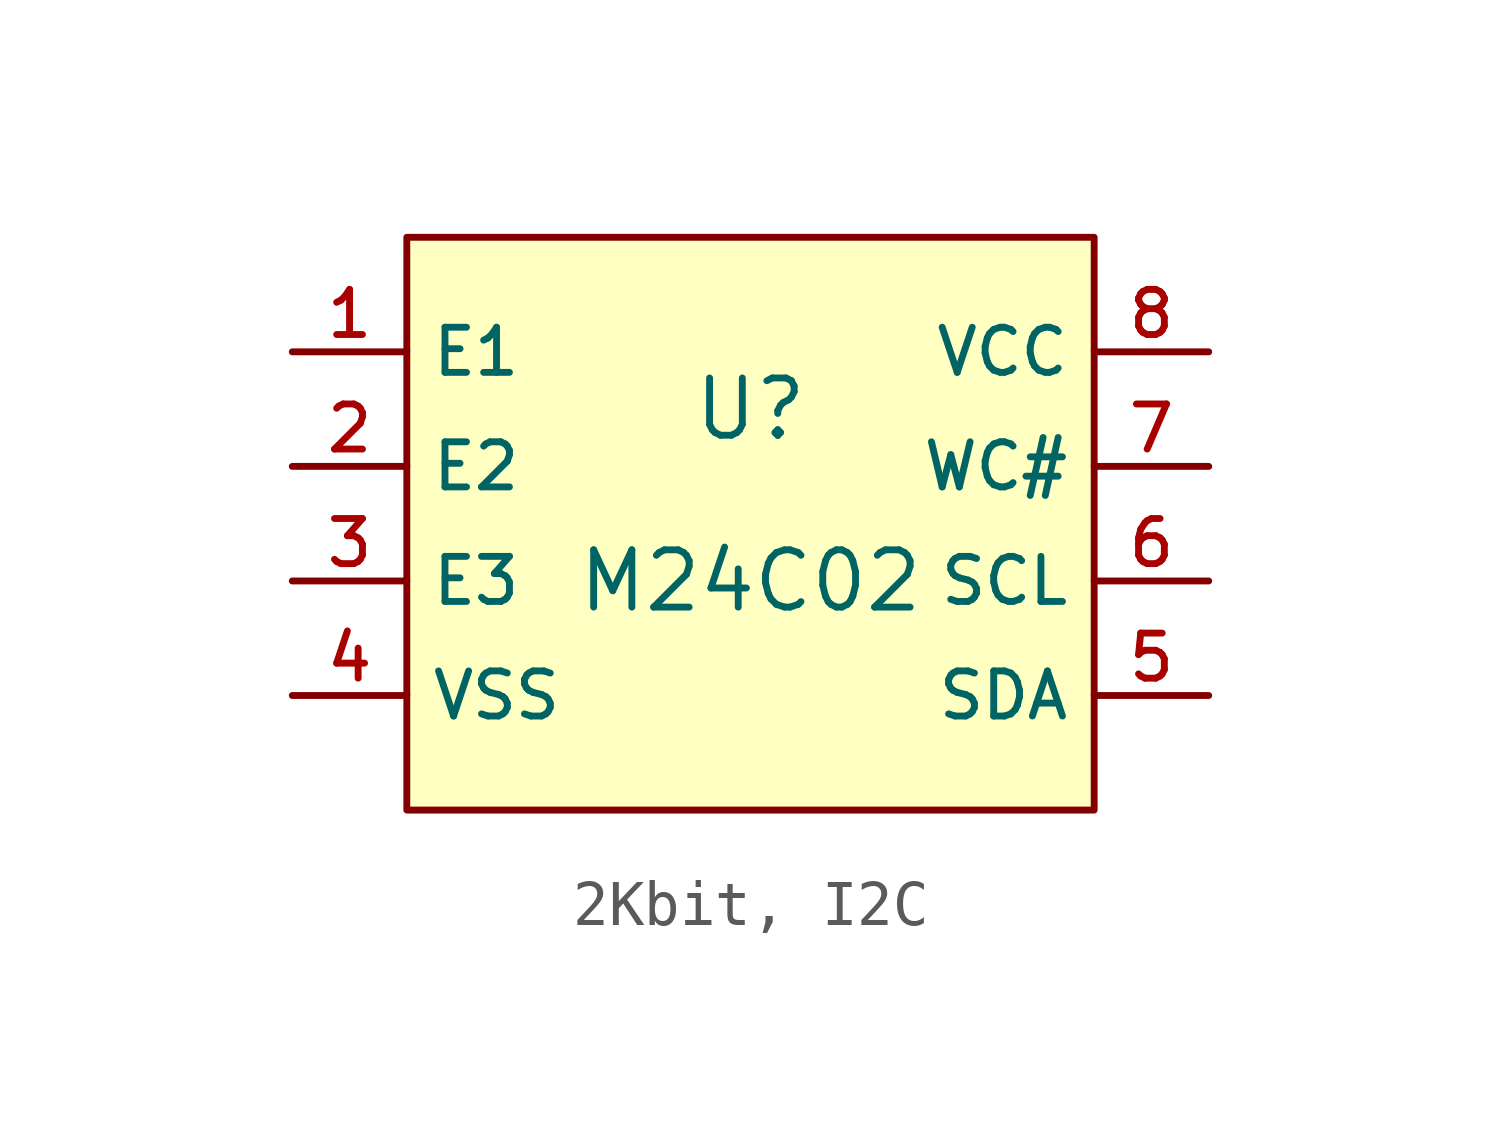
<source format=kicad_sym>
(kicad_symbol_lib
  (version 20231120)
  (generator "CDFER_Archive_Tool")
  (generator_version "0.0")
  (symbol "2Kbit, I2C"
    (property "Reference" "U"
      (at 0 1.27 0)
      (effects (font (size 1.27 1.27))))
    (property "Value" "M24C02"
      (at 0 -2.54 0)
      (effects (font (size 1.27 1.27))))
    (symbol "2Kbit, I2C_0_1"
      (rectangle (start -7.62 5.08) (end 7.62 -7.62) (stroke (width 0) (type default)) (fill (type background)))
      (pin unspecified line (at -10.16 2.54 0) (length 2.54) (name "E1" (effects (font (size 1 1)))) (number "1" (effects (font (size 1 1)))))
      (pin unspecified line (at -10.16 0 0) (length 2.54) (name "E2" (effects (font (size 1 1)))) (number "2" (effects (font (size 1 1)))))
      (pin unspecified line (at -10.16 -2.54 0) (length 2.54) (name "E3" (effects (font (size 1 1)))) (number "3" (effects (font (size 1 1)))))
      (pin unspecified line (at -10.16 -5.08 0) (length 2.54) (name "VSS" (effects (font (size 1 1)))) (number "4" (effects (font (size 1 1)))))
      (pin unspecified line (at 10.16 -5.08 180) (length 2.54) (name "SDA" (effects (font (size 1 1)))) (number "5" (effects (font (size 1 1)))))
      (pin unspecified line (at 10.16 -2.54 180) (length 2.54) (name "SCL" (effects (font (size 1 1)))) (number "6" (effects (font (size 1 1)))))
      (pin unspecified line (at 10.16 0 180) (length 2.54) (name "WC#" (effects (font (size 1 1)))) (number "7" (effects (font (size 1 1)))))
      (pin unspecified line (at 10.16 2.54 180) (length 2.54) (name "VCC" (effects (font (size 1 1)))) (number "8" (effects (font (size 1 1))))))))
</source>
